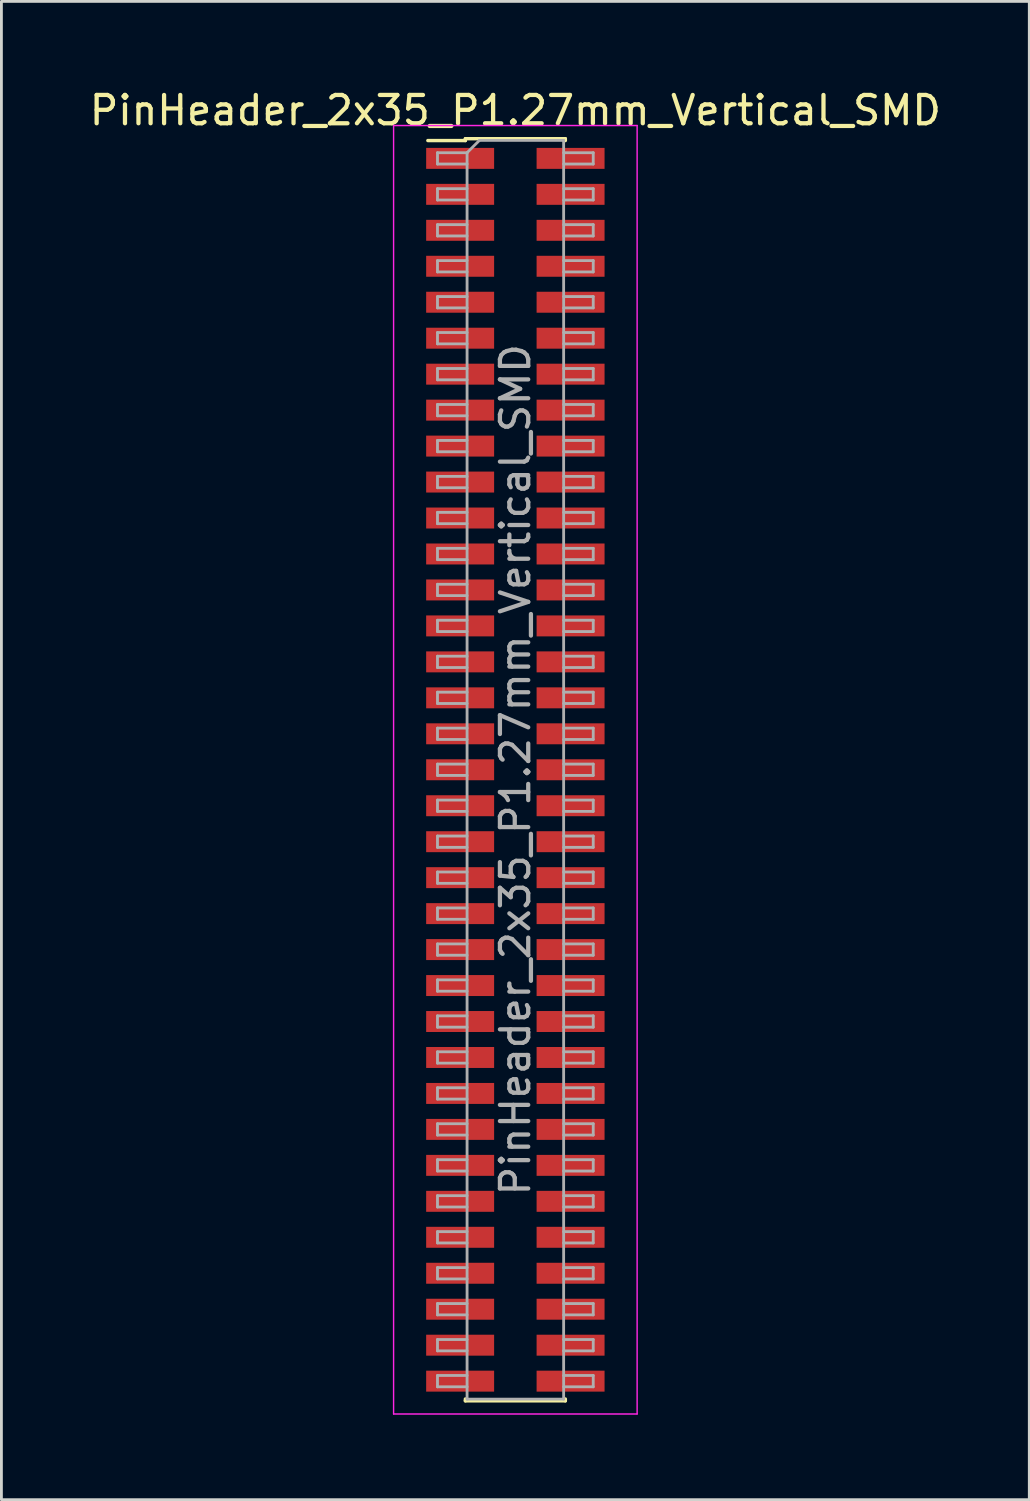
<source format=kicad_pcb>
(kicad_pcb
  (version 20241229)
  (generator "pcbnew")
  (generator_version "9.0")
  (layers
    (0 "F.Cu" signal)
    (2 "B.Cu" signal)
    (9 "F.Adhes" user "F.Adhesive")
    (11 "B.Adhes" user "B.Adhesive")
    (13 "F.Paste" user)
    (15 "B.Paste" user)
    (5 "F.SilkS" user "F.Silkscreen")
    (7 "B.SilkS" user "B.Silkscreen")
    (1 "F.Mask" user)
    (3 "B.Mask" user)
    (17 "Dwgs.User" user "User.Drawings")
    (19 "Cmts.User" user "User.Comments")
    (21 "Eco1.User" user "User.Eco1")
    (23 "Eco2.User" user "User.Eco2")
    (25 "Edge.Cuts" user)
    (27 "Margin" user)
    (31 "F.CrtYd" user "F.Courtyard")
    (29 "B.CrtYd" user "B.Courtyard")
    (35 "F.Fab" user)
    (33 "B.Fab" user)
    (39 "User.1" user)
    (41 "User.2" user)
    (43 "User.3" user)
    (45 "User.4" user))
  (footprint "PinHeader_2x35_P1.27mm_Vertical_SMD"
    (layer "F.Cu")
    (at 15.149 24.133)
    (property "Reference" "PinHeader_2x35_P1.27mm_Vertical_SMD" (at 0 -23.285 0) (layer "F.SilkS") (effects (font (size 1 1) (thickness 0.15))))
    (attr smd)
    (fp_line (start -3.09 -22.22) (end -1.765 -22.22) (stroke (width 0.12) (type solid)) (layer "F.SilkS"))
    (fp_line (start -1.765 -22.285) (end -1.765 -22.22) (stroke (width 0.12) (type solid)) (layer "F.SilkS"))
    (fp_line (start -1.765 -22.285) (end 1.765 -22.285) (stroke (width 0.12) (type solid)) (layer "F.SilkS"))
    (fp_line (start -1.765 22.22) (end -1.765 22.285) (stroke (width 0.12) (type solid)) (layer "F.SilkS"))
    (fp_line (start -1.765 22.285) (end 1.765 22.285) (stroke (width 0.12) (type solid)) (layer "F.SilkS"))
    (fp_line (start 1.765 -22.285) (end 1.765 -22.22) (stroke (width 0.12) (type solid)) (layer "F.SilkS"))
    (fp_line (start 1.765 22.22) (end 1.765 22.285) (stroke (width 0.12) (type solid)) (layer "F.SilkS"))
    (fp_line (start -4.3 -22.75) (end -4.3 22.75) (stroke (width 0.05) (type solid)) (layer "F.CrtYd"))
    (fp_line (start -4.3 22.75) (end 4.3 22.75) (stroke (width 0.05) (type solid)) (layer "F.CrtYd"))
    (fp_line (start 4.3 -22.75) (end -4.3 -22.75) (stroke (width 0.05) (type solid)) (layer "F.CrtYd"))
    (fp_line (start 4.3 22.75) (end 4.3 -22.75) (stroke (width 0.05) (type solid)) (layer "F.CrtYd"))
    (fp_line (start -2.75 -21.79) (end -2.75 -21.39) (stroke (width 0.1) (type solid)) (layer "F.Fab"))
    (fp_line (start -2.75 -21.39) (end -1.705 -21.39) (stroke (width 0.1) (type solid)) (layer "F.Fab"))
    (fp_line (start -2.75 -20.52) (end -2.75 -20.12) (stroke (width 0.1) (type solid)) (layer "F.Fab"))
    (fp_line (start -2.75 -20.12) (end -1.705 -20.12) (stroke (width 0.1) (type solid)) (layer "F.Fab"))
    (fp_line (start -2.75 -19.25) (end -2.75 -18.85) (stroke (width 0.1) (type solid)) (layer "F.Fab"))
    (fp_line (start -2.75 -18.85) (end -1.705 -18.85) (stroke (width 0.1) (type solid)) (layer "F.Fab"))
    (fp_line (start -2.75 -17.98) (end -2.75 -17.58) (stroke (width 0.1) (type solid)) (layer "F.Fab"))
    (fp_line (start -2.75 -17.58) (end -1.705 -17.58) (stroke (width 0.1) (type solid)) (layer "F.Fab"))
    (fp_line (start -2.75 -16.71) (end -2.75 -16.31) (stroke (width 0.1) (type solid)) (layer "F.Fab"))
    (fp_line (start -2.75 -16.31) (end -1.705 -16.31) (stroke (width 0.1) (type solid)) (layer "F.Fab"))
    (fp_line (start -2.75 -15.44) (end -2.75 -15.04) (stroke (width 0.1) (type solid)) (layer "F.Fab"))
    (fp_line (start -2.75 -15.04) (end -1.705 -15.04) (stroke (width 0.1) (type solid)) (layer "F.Fab"))
    (fp_line (start -2.75 -14.17) (end -2.75 -13.77) (stroke (width 0.1) (type solid)) (layer "F.Fab"))
    (fp_line (start -2.75 -13.77) (end -1.705 -13.77) (stroke (width 0.1) (type solid)) (layer "F.Fab"))
    (fp_line (start -2.75 -12.9) (end -2.75 -12.5) (stroke (width 0.1) (type solid)) (layer "F.Fab"))
    (fp_line (start -2.75 -12.5) (end -1.705 -12.5) (stroke (width 0.1) (type solid)) (layer "F.Fab"))
    (fp_line (start -2.75 -11.63) (end -2.75 -11.23) (stroke (width 0.1) (type solid)) (layer "F.Fab"))
    (fp_line (start -2.75 -11.23) (end -1.705 -11.23) (stroke (width 0.1) (type solid)) (layer "F.Fab"))
    (fp_line (start -2.75 -10.36) (end -2.75 -9.96) (stroke (width 0.1) (type solid)) (layer "F.Fab"))
    (fp_line (start -2.75 -9.96) (end -1.705 -9.96) (stroke (width 0.1) (type solid)) (layer "F.Fab"))
    (fp_line (start -2.75 -9.09) (end -2.75 -8.69) (stroke (width 0.1) (type solid)) (layer "F.Fab"))
    (fp_line (start -2.75 -8.69) (end -1.705 -8.69) (stroke (width 0.1) (type solid)) (layer "F.Fab"))
    (fp_line (start -2.75 -7.82) (end -2.75 -7.42) (stroke (width 0.1) (type solid)) (layer "F.Fab"))
    (fp_line (start -2.75 -7.42) (end -1.705 -7.42) (stroke (width 0.1) (type solid)) (layer "F.Fab"))
    (fp_line (start -2.75 -6.55) (end -2.75 -6.15) (stroke (width 0.1) (type solid)) (layer "F.Fab"))
    (fp_line (start -2.75 -6.15) (end -1.705 -6.15) (stroke (width 0.1) (type solid)) (layer "F.Fab"))
    (fp_line (start -2.75 -5.28) (end -2.75 -4.88) (stroke (width 0.1) (type solid)) (layer "F.Fab"))
    (fp_line (start -2.75 -4.88) (end -1.705 -4.88) (stroke (width 0.1) (type solid)) (layer "F.Fab"))
    (fp_line (start -2.75 -4.01) (end -2.75 -3.61) (stroke (width 0.1) (type solid)) (layer "F.Fab"))
    (fp_line (start -2.75 -3.61) (end -1.705 -3.61) (stroke (width 0.1) (type solid)) (layer "F.Fab"))
    (fp_line (start -2.75 -2.74) (end -2.75 -2.34) (stroke (width 0.1) (type solid)) (layer "F.Fab"))
    (fp_line (start -2.75 -2.34) (end -1.705 -2.34) (stroke (width 0.1) (type solid)) (layer "F.Fab"))
    (fp_line (start -2.75 -1.47) (end -2.75 -1.07) (stroke (width 0.1) (type solid)) (layer "F.Fab"))
    (fp_line (start -2.75 -1.07) (end -1.705 -1.07) (stroke (width 0.1) (type solid)) (layer "F.Fab"))
    (fp_line (start -2.75 -0.2) (end -2.75 0.2) (stroke (width 0.1) (type solid)) (layer "F.Fab"))
    (fp_line (start -2.75 0.2) (end -1.705 0.2) (stroke (width 0.1) (type solid)) (layer "F.Fab"))
    (fp_line (start -2.75 1.07) (end -2.75 1.47) (stroke (width 0.1) (type solid)) (layer "F.Fab"))
    (fp_line (start -2.75 1.47) (end -1.705 1.47) (stroke (width 0.1) (type solid)) (layer "F.Fab"))
    (fp_line (start -2.75 2.34) (end -2.75 2.74) (stroke (width 0.1) (type solid)) (layer "F.Fab"))
    (fp_line (start -2.75 2.74) (end -1.705 2.74) (stroke (width 0.1) (type solid)) (layer "F.Fab"))
    (fp_line (start -2.75 3.61) (end -2.75 4.01) (stroke (width 0.1) (type solid)) (layer "F.Fab"))
    (fp_line (start -2.75 4.01) (end -1.705 4.01) (stroke (width 0.1) (type solid)) (layer "F.Fab"))
    (fp_line (start -2.75 4.88) (end -2.75 5.28) (stroke (width 0.1) (type solid)) (layer "F.Fab"))
    (fp_line (start -2.75 5.28) (end -1.705 5.28) (stroke (width 0.1) (type solid)) (layer "F.Fab"))
    (fp_line (start -2.75 6.15) (end -2.75 6.55) (stroke (width 0.1) (type solid)) (layer "F.Fab"))
    (fp_line (start -2.75 6.55) (end -1.705 6.55) (stroke (width 0.1) (type solid)) (layer "F.Fab"))
    (fp_line (start -2.75 7.42) (end -2.75 7.82) (stroke (width 0.1) (type solid)) (layer "F.Fab"))
    (fp_line (start -2.75 7.82) (end -1.705 7.82) (stroke (width 0.1) (type solid)) (layer "F.Fab"))
    (fp_line (start -2.75 8.69) (end -2.75 9.09) (stroke (width 0.1) (type solid)) (layer "F.Fab"))
    (fp_line (start -2.75 9.09) (end -1.705 9.09) (stroke (width 0.1) (type solid)) (layer "F.Fab"))
    (fp_line (start -2.75 9.96) (end -2.75 10.36) (stroke (width 0.1) (type solid)) (layer "F.Fab"))
    (fp_line (start -2.75 10.36) (end -1.705 10.36) (stroke (width 0.1) (type solid)) (layer "F.Fab"))
    (fp_line (start -2.75 11.23) (end -2.75 11.63) (stroke (width 0.1) (type solid)) (layer "F.Fab"))
    (fp_line (start -2.75 11.63) (end -1.705 11.63) (stroke (width 0.1) (type solid)) (layer "F.Fab"))
    (fp_line (start -2.75 12.5) (end -2.75 12.9) (stroke (width 0.1) (type solid)) (layer "F.Fab"))
    (fp_line (start -2.75 12.9) (end -1.705 12.9) (stroke (width 0.1) (type solid)) (layer "F.Fab"))
    (fp_line (start -2.75 13.77) (end -2.75 14.17) (stroke (width 0.1) (type solid)) (layer "F.Fab"))
    (fp_line (start -2.75 14.17) (end -1.705 14.17) (stroke (width 0.1) (type solid)) (layer "F.Fab"))
    (fp_line (start -2.75 15.04) (end -2.75 15.44) (stroke (width 0.1) (type solid)) (layer "F.Fab"))
    (fp_line (start -2.75 15.44) (end -1.705 15.44) (stroke (width 0.1) (type solid)) (layer "F.Fab"))
    (fp_line (start -2.75 16.31) (end -2.75 16.71) (stroke (width 0.1) (type solid)) (layer "F.Fab"))
    (fp_line (start -2.75 16.71) (end -1.705 16.71) (stroke (width 0.1) (type solid)) (layer "F.Fab"))
    (fp_line (start -2.75 17.58) (end -2.75 17.98) (stroke (width 0.1) (type solid)) (layer "F.Fab"))
    (fp_line (start -2.75 17.98) (end -1.705 17.98) (stroke (width 0.1) (type solid)) (layer "F.Fab"))
    (fp_line (start -2.75 18.85) (end -2.75 19.25) (stroke (width 0.1) (type solid)) (layer "F.Fab"))
    (fp_line (start -2.75 19.25) (end -1.705 19.25) (stroke (width 0.1) (type solid)) (layer "F.Fab"))
    (fp_line (start -2.75 20.12) (end -2.75 20.52) (stroke (width 0.1) (type solid)) (layer "F.Fab"))
    (fp_line (start -2.75 20.52) (end -1.705 20.52) (stroke (width 0.1) (type solid)) (layer "F.Fab"))
    (fp_line (start -2.75 21.39) (end -2.75 21.79) (stroke (width 0.1) (type solid)) (layer "F.Fab"))
    (fp_line (start -2.75 21.79) (end -1.705 21.79) (stroke (width 0.1) (type solid)) (layer "F.Fab"))
    (fp_line (start -1.705 -21.79) (end -2.75 -21.79) (stroke (width 0.1) (type solid)) (layer "F.Fab"))
    (fp_line (start -1.705 -21.79) (end -1.27 -22.225) (stroke (width 0.1) (type solid)) (layer "F.Fab"))
    (fp_line (start -1.705 -20.52) (end -2.75 -20.52) (stroke (width 0.1) (type solid)) (layer "F.Fab"))
    (fp_line (start -1.705 -19.25) (end -2.75 -19.25) (stroke (width 0.1) (type solid)) (layer "F.Fab"))
    (fp_line (start -1.705 -17.98) (end -2.75 -17.98) (stroke (width 0.1) (type solid)) (layer "F.Fab"))
    (fp_line (start -1.705 -16.71) (end -2.75 -16.71) (stroke (width 0.1) (type solid)) (layer "F.Fab"))
    (fp_line (start -1.705 -15.44) (end -2.75 -15.44) (stroke (width 0.1) (type solid)) (layer "F.Fab"))
    (fp_line (start -1.705 -14.17) (end -2.75 -14.17) (stroke (width 0.1) (type solid)) (layer "F.Fab"))
    (fp_line (start -1.705 -12.9) (end -2.75 -12.9) (stroke (width 0.1) (type solid)) (layer "F.Fab"))
    (fp_line (start -1.705 -11.63) (end -2.75 -11.63) (stroke (width 0.1) (type solid)) (layer "F.Fab"))
    (fp_line (start -1.705 -10.36) (end -2.75 -10.36) (stroke (width 0.1) (type solid)) (layer "F.Fab"))
    (fp_line (start -1.705 -9.09) (end -2.75 -9.09) (stroke (width 0.1) (type solid)) (layer "F.Fab"))
    (fp_line (start -1.705 -7.82) (end -2.75 -7.82) (stroke (width 0.1) (type solid)) (layer "F.Fab"))
    (fp_line (start -1.705 -6.55) (end -2.75 -6.55) (stroke (width 0.1) (type solid)) (layer "F.Fab"))
    (fp_line (start -1.705 -5.28) (end -2.75 -5.28) (stroke (width 0.1) (type solid)) (layer "F.Fab"))
    (fp_line (start -1.705 -4.01) (end -2.75 -4.01) (stroke (width 0.1) (type solid)) (layer "F.Fab"))
    (fp_line (start -1.705 -2.74) (end -2.75 -2.74) (stroke (width 0.1) (type solid)) (layer "F.Fab"))
    (fp_line (start -1.705 -1.47) (end -2.75 -1.47) (stroke (width 0.1) (type solid)) (layer "F.Fab"))
    (fp_line (start -1.705 -0.2) (end -2.75 -0.2) (stroke (width 0.1) (type solid)) (layer "F.Fab"))
    (fp_line (start -1.705 1.07) (end -2.75 1.07) (stroke (width 0.1) (type solid)) (layer "F.Fab"))
    (fp_line (start -1.705 2.34) (end -2.75 2.34) (stroke (width 0.1) (type solid)) (layer "F.Fab"))
    (fp_line (start -1.705 3.61) (end -2.75 3.61) (stroke (width 0.1) (type solid)) (layer "F.Fab"))
    (fp_line (start -1.705 4.88) (end -2.75 4.88) (stroke (width 0.1) (type solid)) (layer "F.Fab"))
    (fp_line (start -1.705 6.15) (end -2.75 6.15) (stroke (width 0.1) (type solid)) (layer "F.Fab"))
    (fp_line (start -1.705 7.42) (end -2.75 7.42) (stroke (width 0.1) (type solid)) (layer "F.Fab"))
    (fp_line (start -1.705 8.69) (end -2.75 8.69) (stroke (width 0.1) (type solid)) (layer "F.Fab"))
    (fp_line (start -1.705 9.96) (end -2.75 9.96) (stroke (width 0.1) (type solid)) (layer "F.Fab"))
    (fp_line (start -1.705 11.23) (end -2.75 11.23) (stroke (width 0.1) (type solid)) (layer "F.Fab"))
    (fp_line (start -1.705 12.5) (end -2.75 12.5) (stroke (width 0.1) (type solid)) (layer "F.Fab"))
    (fp_line (start -1.705 13.77) (end -2.75 13.77) (stroke (width 0.1) (type solid)) (layer "F.Fab"))
    (fp_line (start -1.705 15.04) (end -2.75 15.04) (stroke (width 0.1) (type solid)) (layer "F.Fab"))
    (fp_line (start -1.705 16.31) (end -2.75 16.31) (stroke (width 0.1) (type solid)) (layer "F.Fab"))
    (fp_line (start -1.705 17.58) (end -2.75 17.58) (stroke (width 0.1) (type solid)) (layer "F.Fab"))
    (fp_line (start -1.705 18.85) (end -2.75 18.85) (stroke (width 0.1) (type solid)) (layer "F.Fab"))
    (fp_line (start -1.705 20.12) (end -2.75 20.12) (stroke (width 0.1) (type solid)) (layer "F.Fab"))
    (fp_line (start -1.705 21.39) (end -2.75 21.39) (stroke (width 0.1) (type solid)) (layer "F.Fab"))
    (fp_line (start -1.705 22.225) (end -1.705 -21.79) (stroke (width 0.1) (type solid)) (layer "F.Fab"))
    (fp_line (start -1.27 -22.225) (end 1.705 -22.225) (stroke (width 0.1) (type solid)) (layer "F.Fab"))
    (fp_line (start 1.705 -22.225) (end 1.705 22.225) (stroke (width 0.1) (type solid)) (layer "F.Fab"))
    (fp_line (start 1.705 -21.79) (end 2.75 -21.79) (stroke (width 0.1) (type solid)) (layer "F.Fab"))
    (fp_line (start 1.705 -20.52) (end 2.75 -20.52) (stroke (width 0.1) (type solid)) (layer "F.Fab"))
    (fp_line (start 1.705 -19.25) (end 2.75 -19.25) (stroke (width 0.1) (type solid)) (layer "F.Fab"))
    (fp_line (start 1.705 -17.98) (end 2.75 -17.98) (stroke (width 0.1) (type solid)) (layer "F.Fab"))
    (fp_line (start 1.705 -16.71) (end 2.75 -16.71) (stroke (width 0.1) (type solid)) (layer "F.Fab"))
    (fp_line (start 1.705 -15.44) (end 2.75 -15.44) (stroke (width 0.1) (type solid)) (layer "F.Fab"))
    (fp_line (start 1.705 -14.17) (end 2.75 -14.17) (stroke (width 0.1) (type solid)) (layer "F.Fab"))
    (fp_line (start 1.705 -12.9) (end 2.75 -12.9) (stroke (width 0.1) (type solid)) (layer "F.Fab"))
    (fp_line (start 1.705 -11.63) (end 2.75 -11.63) (stroke (width 0.1) (type solid)) (layer "F.Fab"))
    (fp_line (start 1.705 -10.36) (end 2.75 -10.36) (stroke (width 0.1) (type solid)) (layer "F.Fab"))
    (fp_line (start 1.705 -9.09) (end 2.75 -9.09) (stroke (width 0.1) (type solid)) (layer "F.Fab"))
    (fp_line (start 1.705 -7.82) (end 2.75 -7.82) (stroke (width 0.1) (type solid)) (layer "F.Fab"))
    (fp_line (start 1.705 -6.55) (end 2.75 -6.55) (stroke (width 0.1) (type solid)) (layer "F.Fab"))
    (fp_line (start 1.705 -5.28) (end 2.75 -5.28) (stroke (width 0.1) (type solid)) (layer "F.Fab"))
    (fp_line (start 1.705 -4.01) (end 2.75 -4.01) (stroke (width 0.1) (type solid)) (layer "F.Fab"))
    (fp_line (start 1.705 -2.74) (end 2.75 -2.74) (stroke (width 0.1) (type solid)) (layer "F.Fab"))
    (fp_line (start 1.705 -1.47) (end 2.75 -1.47) (stroke (width 0.1) (type solid)) (layer "F.Fab"))
    (fp_line (start 1.705 -0.2) (end 2.75 -0.2) (stroke (width 0.1) (type solid)) (layer "F.Fab"))
    (fp_line (start 1.705 1.07) (end 2.75 1.07) (stroke (width 0.1) (type solid)) (layer "F.Fab"))
    (fp_line (start 1.705 2.34) (end 2.75 2.34) (stroke (width 0.1) (type solid)) (layer "F.Fab"))
    (fp_line (start 1.705 3.61) (end 2.75 3.61) (stroke (width 0.1) (type solid)) (layer "F.Fab"))
    (fp_line (start 1.705 4.88) (end 2.75 4.88) (stroke (width 0.1) (type solid)) (layer "F.Fab"))
    (fp_line (start 1.705 6.15) (end 2.75 6.15) (stroke (width 0.1) (type solid)) (layer "F.Fab"))
    (fp_line (start 1.705 7.42) (end 2.75 7.42) (stroke (width 0.1) (type solid)) (layer "F.Fab"))
    (fp_line (start 1.705 8.69) (end 2.75 8.69) (stroke (width 0.1) (type solid)) (layer "F.Fab"))
    (fp_line (start 1.705 9.96) (end 2.75 9.96) (stroke (width 0.1) (type solid)) (layer "F.Fab"))
    (fp_line (start 1.705 11.23) (end 2.75 11.23) (stroke (width 0.1) (type solid)) (layer "F.Fab"))
    (fp_line (start 1.705 12.5) (end 2.75 12.5) (stroke (width 0.1) (type solid)) (layer "F.Fab"))
    (fp_line (start 1.705 13.77) (end 2.75 13.77) (stroke (width 0.1) (type solid)) (layer "F.Fab"))
    (fp_line (start 1.705 15.04) (end 2.75 15.04) (stroke (width 0.1) (type solid)) (layer "F.Fab"))
    (fp_line (start 1.705 16.31) (end 2.75 16.31) (stroke (width 0.1) (type solid)) (layer "F.Fab"))
    (fp_line (start 1.705 17.58) (end 2.75 17.58) (stroke (width 0.1) (type solid)) (layer "F.Fab"))
    (fp_line (start 1.705 18.85) (end 2.75 18.85) (stroke (width 0.1) (type solid)) (layer "F.Fab"))
    (fp_line (start 1.705 20.12) (end 2.75 20.12) (stroke (width 0.1) (type solid)) (layer "F.Fab"))
    (fp_line (start 1.705 21.39) (end 2.75 21.39) (stroke (width 0.1) (type solid)) (layer "F.Fab"))
    (fp_line (start 1.705 22.225) (end -1.705 22.225) (stroke (width 0.1) (type solid)) (layer "F.Fab"))
    (fp_line (start 2.75 -21.79) (end 2.75 -21.39) (stroke (width 0.1) (type solid)) (layer "F.Fab"))
    (fp_line (start 2.75 -21.39) (end 1.705 -21.39) (stroke (width 0.1) (type solid)) (layer "F.Fab"))
    (fp_line (start 2.75 -20.52) (end 2.75 -20.12) (stroke (width 0.1) (type solid)) (layer "F.Fab"))
    (fp_line (start 2.75 -20.12) (end 1.705 -20.12) (stroke (width 0.1) (type solid)) (layer "F.Fab"))
    (fp_line (start 2.75 -19.25) (end 2.75 -18.85) (stroke (width 0.1) (type solid)) (layer "F.Fab"))
    (fp_line (start 2.75 -18.85) (end 1.705 -18.85) (stroke (width 0.1) (type solid)) (layer "F.Fab"))
    (fp_line (start 2.75 -17.98) (end 2.75 -17.58) (stroke (width 0.1) (type solid)) (layer "F.Fab"))
    (fp_line (start 2.75 -17.58) (end 1.705 -17.58) (stroke (width 0.1) (type solid)) (layer "F.Fab"))
    (fp_line (start 2.75 -16.71) (end 2.75 -16.31) (stroke (width 0.1) (type solid)) (layer "F.Fab"))
    (fp_line (start 2.75 -16.31) (end 1.705 -16.31) (stroke (width 0.1) (type solid)) (layer "F.Fab"))
    (fp_line (start 2.75 -15.44) (end 2.75 -15.04) (stroke (width 0.1) (type solid)) (layer "F.Fab"))
    (fp_line (start 2.75 -15.04) (end 1.705 -15.04) (stroke (width 0.1) (type solid)) (layer "F.Fab"))
    (fp_line (start 2.75 -14.17) (end 2.75 -13.77) (stroke (width 0.1) (type solid)) (layer "F.Fab"))
    (fp_line (start 2.75 -13.77) (end 1.705 -13.77) (stroke (width 0.1) (type solid)) (layer "F.Fab"))
    (fp_line (start 2.75 -12.9) (end 2.75 -12.5) (stroke (width 0.1) (type solid)) (layer "F.Fab"))
    (fp_line (start 2.75 -12.5) (end 1.705 -12.5) (stroke (width 0.1) (type solid)) (layer "F.Fab"))
    (fp_line (start 2.75 -11.63) (end 2.75 -11.23) (stroke (width 0.1) (type solid)) (layer "F.Fab"))
    (fp_line (start 2.75 -11.23) (end 1.705 -11.23) (stroke (width 0.1) (type solid)) (layer "F.Fab"))
    (fp_line (start 2.75 -10.36) (end 2.75 -9.96) (stroke (width 0.1) (type solid)) (layer "F.Fab"))
    (fp_line (start 2.75 -9.96) (end 1.705 -9.96) (stroke (width 0.1) (type solid)) (layer "F.Fab"))
    (fp_line (start 2.75 -9.09) (end 2.75 -8.69) (stroke (width 0.1) (type solid)) (layer "F.Fab"))
    (fp_line (start 2.75 -8.69) (end 1.705 -8.69) (stroke (width 0.1) (type solid)) (layer "F.Fab"))
    (fp_line (start 2.75 -7.82) (end 2.75 -7.42) (stroke (width 0.1) (type solid)) (layer "F.Fab"))
    (fp_line (start 2.75 -7.42) (end 1.705 -7.42) (stroke (width 0.1) (type solid)) (layer "F.Fab"))
    (fp_line (start 2.75 -6.55) (end 2.75 -6.15) (stroke (width 0.1) (type solid)) (layer "F.Fab"))
    (fp_line (start 2.75 -6.15) (end 1.705 -6.15) (stroke (width 0.1) (type solid)) (layer "F.Fab"))
    (fp_line (start 2.75 -5.28) (end 2.75 -4.88) (stroke (width 0.1) (type solid)) (layer "F.Fab"))
    (fp_line (start 2.75 -4.88) (end 1.705 -4.88) (stroke (width 0.1) (type solid)) (layer "F.Fab"))
    (fp_line (start 2.75 -4.01) (end 2.75 -3.61) (stroke (width 0.1) (type solid)) (layer "F.Fab"))
    (fp_line (start 2.75 -3.61) (end 1.705 -3.61) (stroke (width 0.1) (type solid)) (layer "F.Fab"))
    (fp_line (start 2.75 -2.74) (end 2.75 -2.34) (stroke (width 0.1) (type solid)) (layer "F.Fab"))
    (fp_line (start 2.75 -2.34) (end 1.705 -2.34) (stroke (width 0.1) (type solid)) (layer "F.Fab"))
    (fp_line (start 2.75 -1.47) (end 2.75 -1.07) (stroke (width 0.1) (type solid)) (layer "F.Fab"))
    (fp_line (start 2.75 -1.07) (end 1.705 -1.07) (stroke (width 0.1) (type solid)) (layer "F.Fab"))
    (fp_line (start 2.75 -0.2) (end 2.75 0.2) (stroke (width 0.1) (type solid)) (layer "F.Fab"))
    (fp_line (start 2.75 0.2) (end 1.705 0.2) (stroke (width 0.1) (type solid)) (layer "F.Fab"))
    (fp_line (start 2.75 1.07) (end 2.75 1.47) (stroke (width 0.1) (type solid)) (layer "F.Fab"))
    (fp_line (start 2.75 1.47) (end 1.705 1.47) (stroke (width 0.1) (type solid)) (layer "F.Fab"))
    (fp_line (start 2.75 2.34) (end 2.75 2.74) (stroke (width 0.1) (type solid)) (layer "F.Fab"))
    (fp_line (start 2.75 2.74) (end 1.705 2.74) (stroke (width 0.1) (type solid)) (layer "F.Fab"))
    (fp_line (start 2.75 3.61) (end 2.75 4.01) (stroke (width 0.1) (type solid)) (layer "F.Fab"))
    (fp_line (start 2.75 4.01) (end 1.705 4.01) (stroke (width 0.1) (type solid)) (layer "F.Fab"))
    (fp_line (start 2.75 4.88) (end 2.75 5.28) (stroke (width 0.1) (type solid)) (layer "F.Fab"))
    (fp_line (start 2.75 5.28) (end 1.705 5.28) (stroke (width 0.1) (type solid)) (layer "F.Fab"))
    (fp_line (start 2.75 6.15) (end 2.75 6.55) (stroke (width 0.1) (type solid)) (layer "F.Fab"))
    (fp_line (start 2.75 6.55) (end 1.705 6.55) (stroke (width 0.1) (type solid)) (layer "F.Fab"))
    (fp_line (start 2.75 7.42) (end 2.75 7.82) (stroke (width 0.1) (type solid)) (layer "F.Fab"))
    (fp_line (start 2.75 7.82) (end 1.705 7.82) (stroke (width 0.1) (type solid)) (layer "F.Fab"))
    (fp_line (start 2.75 8.69) (end 2.75 9.09) (stroke (width 0.1) (type solid)) (layer "F.Fab"))
    (fp_line (start 2.75 9.09) (end 1.705 9.09) (stroke (width 0.1) (type solid)) (layer "F.Fab"))
    (fp_line (start 2.75 9.96) (end 2.75 10.36) (stroke (width 0.1) (type solid)) (layer "F.Fab"))
    (fp_line (start 2.75 10.36) (end 1.705 10.36) (stroke (width 0.1) (type solid)) (layer "F.Fab"))
    (fp_line (start 2.75 11.23) (end 2.75 11.63) (stroke (width 0.1) (type solid)) (layer "F.Fab"))
    (fp_line (start 2.75 11.63) (end 1.705 11.63) (stroke (width 0.1) (type solid)) (layer "F.Fab"))
    (fp_line (start 2.75 12.5) (end 2.75 12.9) (stroke (width 0.1) (type solid)) (layer "F.Fab"))
    (fp_line (start 2.75 12.9) (end 1.705 12.9) (stroke (width 0.1) (type solid)) (layer "F.Fab"))
    (fp_line (start 2.75 13.77) (end 2.75 14.17) (stroke (width 0.1) (type solid)) (layer "F.Fab"))
    (fp_line (start 2.75 14.17) (end 1.705 14.17) (stroke (width 0.1) (type solid)) (layer "F.Fab"))
    (fp_line (start 2.75 15.04) (end 2.75 15.44) (stroke (width 0.1) (type solid)) (layer "F.Fab"))
    (fp_line (start 2.75 15.44) (end 1.705 15.44) (stroke (width 0.1) (type solid)) (layer "F.Fab"))
    (fp_line (start 2.75 16.31) (end 2.75 16.71) (stroke (width 0.1) (type solid)) (layer "F.Fab"))
    (fp_line (start 2.75 16.71) (end 1.705 16.71) (stroke (width 0.1) (type solid)) (layer "F.Fab"))
    (fp_line (start 2.75 17.58) (end 2.75 17.98) (stroke (width 0.1) (type solid)) (layer "F.Fab"))
    (fp_line (start 2.75 17.98) (end 1.705 17.98) (stroke (width 0.1) (type solid)) (layer "F.Fab"))
    (fp_line (start 2.75 18.85) (end 2.75 19.25) (stroke (width 0.1) (type solid)) (layer "F.Fab"))
    (fp_line (start 2.75 19.25) (end 1.705 19.25) (stroke (width 0.1) (type solid)) (layer "F.Fab"))
    (fp_line (start 2.75 20.12) (end 2.75 20.52) (stroke (width 0.1) (type solid)) (layer "F.Fab"))
    (fp_line (start 2.75 20.52) (end 1.705 20.52) (stroke (width 0.1) (type solid)) (layer "F.Fab"))
    (fp_line (start 2.75 21.39) (end 2.75 21.79) (stroke (width 0.1) (type solid)) (layer "F.Fab"))
    (fp_line (start 2.75 21.79) (end 1.705 21.79) (stroke (width 0.1) (type solid)) (layer "F.Fab"))
    (fp_text user "${REFERENCE}" (at 0 0 90) (layer "F.Fab") (effects (font (size 1 1) (thickness 0.15))))
    (pad "1" smd rect (at -1.95 -21.59) (size 2.4 0.74) (layers "F.Cu" "F.Mask" "F.Paste"))
    (pad "2" smd rect (at 1.95 -21.59) (size 2.4 0.74) (layers "F.Cu" "F.Mask" "F.Paste"))
    (pad "3" smd rect (at -1.95 -20.32) (size 2.4 0.74) (layers "F.Cu" "F.Mask" "F.Paste"))
    (pad "4" smd rect (at 1.95 -20.32) (size 2.4 0.74) (layers "F.Cu" "F.Mask" "F.Paste"))
    (pad "5" smd rect (at -1.95 -19.05) (size 2.4 0.74) (layers "F.Cu" "F.Mask" "F.Paste"))
    (pad "6" smd rect (at 1.95 -19.05) (size 2.4 0.74) (layers "F.Cu" "F.Mask" "F.Paste"))
    (pad "7" smd rect (at -1.95 -17.78) (size 2.4 0.74) (layers "F.Cu" "F.Mask" "F.Paste"))
    (pad "8" smd rect (at 1.95 -17.78) (size 2.4 0.74) (layers "F.Cu" "F.Mask" "F.Paste"))
    (pad "9" smd rect (at -1.95 -16.51) (size 2.4 0.74) (layers "F.Cu" "F.Mask" "F.Paste"))
    (pad "10" smd rect (at 1.95 -16.51) (size 2.4 0.74) (layers "F.Cu" "F.Mask" "F.Paste"))
    (pad "11" smd rect (at -1.95 -15.24) (size 2.4 0.74) (layers "F.Cu" "F.Mask" "F.Paste"))
    (pad "12" smd rect (at 1.95 -15.24) (size 2.4 0.74) (layers "F.Cu" "F.Mask" "F.Paste"))
    (pad "13" smd rect (at -1.95 -13.97) (size 2.4 0.74) (layers "F.Cu" "F.Mask" "F.Paste"))
    (pad "14" smd rect (at 1.95 -13.97) (size 2.4 0.74) (layers "F.Cu" "F.Mask" "F.Paste"))
    (pad "15" smd rect (at -1.95 -12.7) (size 2.4 0.74) (layers "F.Cu" "F.Mask" "F.Paste"))
    (pad "16" smd rect (at 1.95 -12.7) (size 2.4 0.74) (layers "F.Cu" "F.Mask" "F.Paste"))
    (pad "17" smd rect (at -1.95 -11.43) (size 2.4 0.74) (layers "F.Cu" "F.Mask" "F.Paste"))
    (pad "18" smd rect (at 1.95 -11.43) (size 2.4 0.74) (layers "F.Cu" "F.Mask" "F.Paste"))
    (pad "19" smd rect (at -1.95 -10.16) (size 2.4 0.74) (layers "F.Cu" "F.Mask" "F.Paste"))
    (pad "20" smd rect (at 1.95 -10.16) (size 2.4 0.74) (layers "F.Cu" "F.Mask" "F.Paste"))
    (pad "21" smd rect (at -1.95 -8.89) (size 2.4 0.74) (layers "F.Cu" "F.Mask" "F.Paste"))
    (pad "22" smd rect (at 1.95 -8.89) (size 2.4 0.74) (layers "F.Cu" "F.Mask" "F.Paste"))
    (pad "23" smd rect (at -1.95 -7.62) (size 2.4 0.74) (layers "F.Cu" "F.Mask" "F.Paste"))
    (pad "24" smd rect (at 1.95 -7.62) (size 2.4 0.74) (layers "F.Cu" "F.Mask" "F.Paste"))
    (pad "25" smd rect (at -1.95 -6.35) (size 2.4 0.74) (layers "F.Cu" "F.Mask" "F.Paste"))
    (pad "26" smd rect (at 1.95 -6.35) (size 2.4 0.74) (layers "F.Cu" "F.Mask" "F.Paste"))
    (pad "27" smd rect (at -1.95 -5.08) (size 2.4 0.74) (layers "F.Cu" "F.Mask" "F.Paste"))
    (pad "28" smd rect (at 1.95 -5.08) (size 2.4 0.74) (layers "F.Cu" "F.Mask" "F.Paste"))
    (pad "29" smd rect (at -1.95 -3.81) (size 2.4 0.74) (layers "F.Cu" "F.Mask" "F.Paste"))
    (pad "30" smd rect (at 1.95 -3.81) (size 2.4 0.74) (layers "F.Cu" "F.Mask" "F.Paste"))
    (pad "31" smd rect (at -1.95 -2.54) (size 2.4 0.74) (layers "F.Cu" "F.Mask" "F.Paste"))
    (pad "32" smd rect (at 1.95 -2.54) (size 2.4 0.74) (layers "F.Cu" "F.Mask" "F.Paste"))
    (pad "33" smd rect (at -1.95 -1.27) (size 2.4 0.74) (layers "F.Cu" "F.Mask" "F.Paste"))
    (pad "34" smd rect (at 1.95 -1.27) (size 2.4 0.74) (layers "F.Cu" "F.Mask" "F.Paste"))
    (pad "35" smd rect (at -1.95 0) (size 2.4 0.74) (layers "F.Cu" "F.Mask" "F.Paste"))
    (pad "36" smd rect (at 1.95 0) (size 2.4 0.74) (layers "F.Cu" "F.Mask" "F.Paste"))
    (pad "37" smd rect (at -1.95 1.27) (size 2.4 0.74) (layers "F.Cu" "F.Mask" "F.Paste"))
    (pad "38" smd rect (at 1.95 1.27) (size 2.4 0.74) (layers "F.Cu" "F.Mask" "F.Paste"))
    (pad "39" smd rect (at -1.95 2.54) (size 2.4 0.74) (layers "F.Cu" "F.Mask" "F.Paste"))
    (pad "40" smd rect (at 1.95 2.54) (size 2.4 0.74) (layers "F.Cu" "F.Mask" "F.Paste"))
    (pad "41" smd rect (at -1.95 3.81) (size 2.4 0.74) (layers "F.Cu" "F.Mask" "F.Paste"))
    (pad "42" smd rect (at 1.95 3.81) (size 2.4 0.74) (layers "F.Cu" "F.Mask" "F.Paste"))
    (pad "43" smd rect (at -1.95 5.08) (size 2.4 0.74) (layers "F.Cu" "F.Mask" "F.Paste"))
    (pad "44" smd rect (at 1.95 5.08) (size 2.4 0.74) (layers "F.Cu" "F.Mask" "F.Paste"))
    (pad "45" smd rect (at -1.95 6.35) (size 2.4 0.74) (layers "F.Cu" "F.Mask" "F.Paste"))
    (pad "46" smd rect (at 1.95 6.35) (size 2.4 0.74) (layers "F.Cu" "F.Mask" "F.Paste"))
    (pad "47" smd rect (at -1.95 7.62) (size 2.4 0.74) (layers "F.Cu" "F.Mask" "F.Paste"))
    (pad "48" smd rect (at 1.95 7.62) (size 2.4 0.74) (layers "F.Cu" "F.Mask" "F.Paste"))
    (pad "49" smd rect (at -1.95 8.89) (size 2.4 0.74) (layers "F.Cu" "F.Mask" "F.Paste"))
    (pad "50" smd rect (at 1.95 8.89) (size 2.4 0.74) (layers "F.Cu" "F.Mask" "F.Paste"))
    (pad "51" smd rect (at -1.95 10.16) (size 2.4 0.74) (layers "F.Cu" "F.Mask" "F.Paste"))
    (pad "52" smd rect (at 1.95 10.16) (size 2.4 0.74) (layers "F.Cu" "F.Mask" "F.Paste"))
    (pad "53" smd rect (at -1.95 11.43) (size 2.4 0.74) (layers "F.Cu" "F.Mask" "F.Paste"))
    (pad "54" smd rect (at 1.95 11.43) (size 2.4 0.74) (layers "F.Cu" "F.Mask" "F.Paste"))
    (pad "55" smd rect (at -1.95 12.7) (size 2.4 0.74) (layers "F.Cu" "F.Mask" "F.Paste"))
    (pad "56" smd rect (at 1.95 12.7) (size 2.4 0.74) (layers "F.Cu" "F.Mask" "F.Paste"))
    (pad "57" smd rect (at -1.95 13.97) (size 2.4 0.74) (layers "F.Cu" "F.Mask" "F.Paste"))
    (pad "58" smd rect (at 1.95 13.97) (size 2.4 0.74) (layers "F.Cu" "F.Mask" "F.Paste"))
    (pad "59" smd rect (at -1.95 15.24) (size 2.4 0.74) (layers "F.Cu" "F.Mask" "F.Paste"))
    (pad "60" smd rect (at 1.95 15.24) (size 2.4 0.74) (layers "F.Cu" "F.Mask" "F.Paste"))
    (pad "61" smd rect (at -1.95 16.51) (size 2.4 0.74) (layers "F.Cu" "F.Mask" "F.Paste"))
    (pad "62" smd rect (at 1.95 16.51) (size 2.4 0.74) (layers "F.Cu" "F.Mask" "F.Paste"))
    (pad "63" smd rect (at -1.95 17.78) (size 2.4 0.74) (layers "F.Cu" "F.Mask" "F.Paste"))
    (pad "64" smd rect (at 1.95 17.78) (size 2.4 0.74) (layers "F.Cu" "F.Mask" "F.Paste"))
    (pad "65" smd rect (at -1.95 19.05) (size 2.4 0.74) (layers "F.Cu" "F.Mask" "F.Paste"))
    (pad "66" smd rect (at 1.95 19.05) (size 2.4 0.74) (layers "F.Cu" "F.Mask" "F.Paste"))
    (pad "67" smd rect (at -1.95 20.32) (size 2.4 0.74) (layers "F.Cu" "F.Mask" "F.Paste"))
    (pad "68" smd rect (at 1.95 20.32) (size 2.4 0.74) (layers "F.Cu" "F.Mask" "F.Paste"))
    (pad "69" smd rect (at -1.95 21.59) (size 2.4 0.74) (layers "F.Cu" "F.Mask" "F.Paste"))
    (pad "70" smd rect (at 1.95 21.59) (size 2.4 0.74) (layers "F.Cu" "F.Mask" "F.Paste")))
  (gr_rect
    (start -3 -3)
    (end 33.298 49.908)
    (stroke (width 0.1) (type default))
    (fill no)
    (layer "Edge.Cuts")))
</source>
